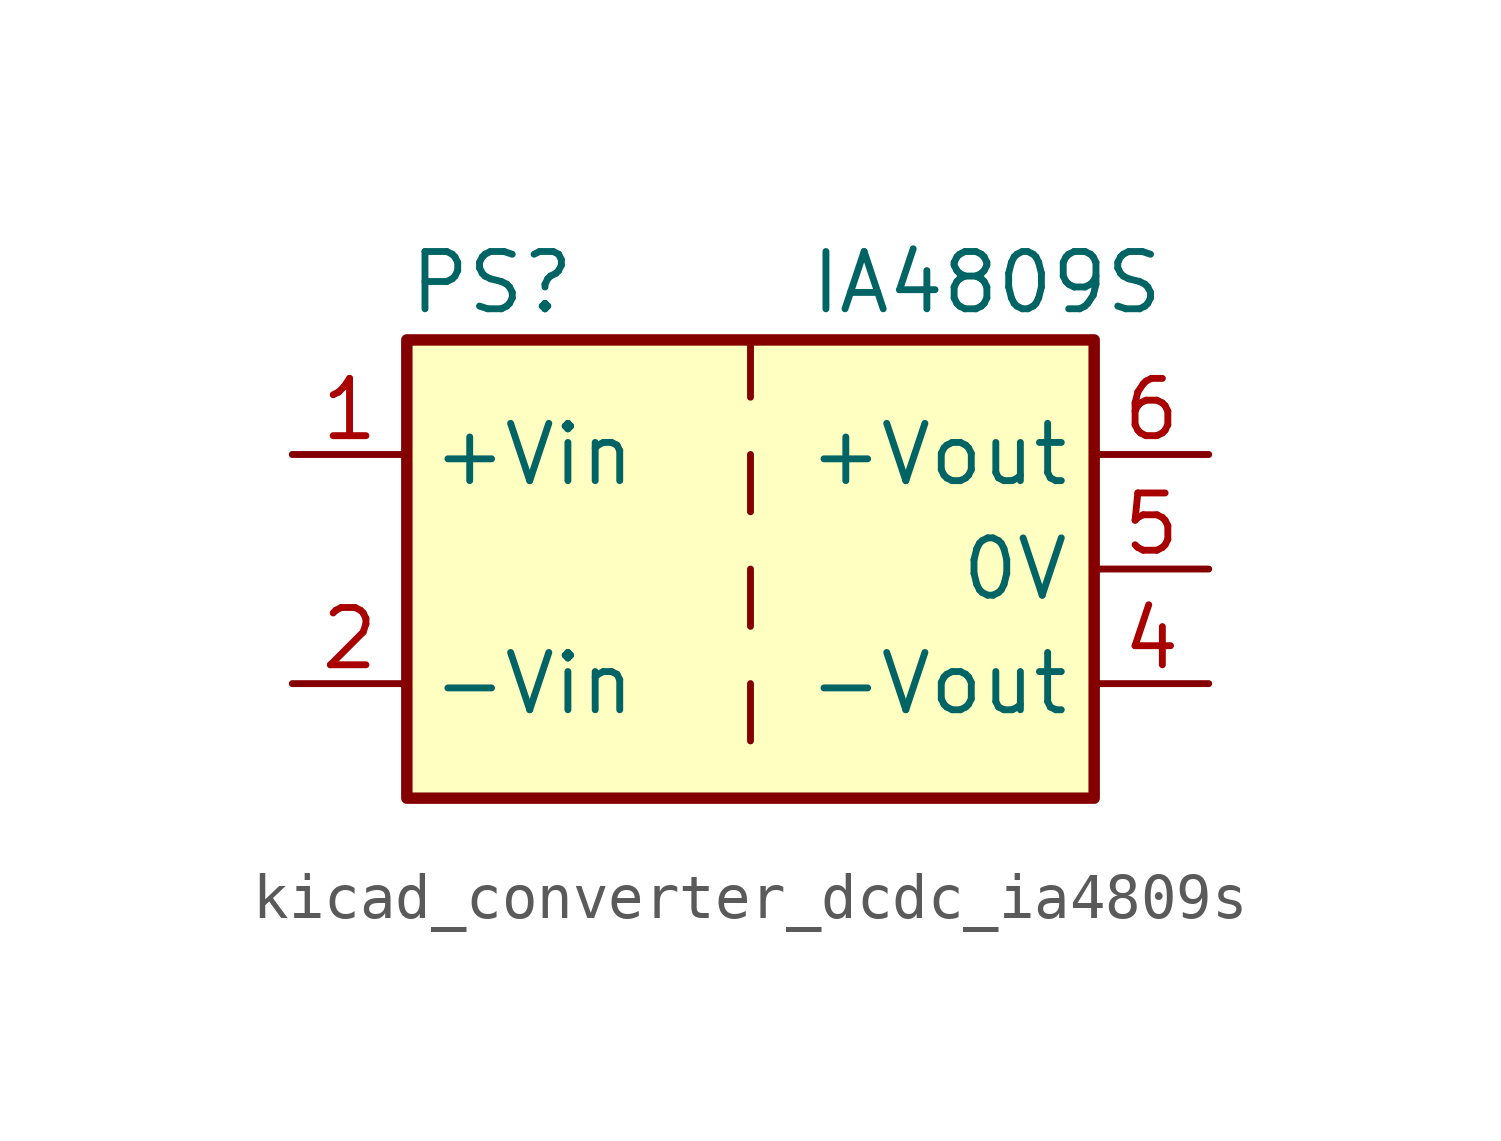
<source format=kicad_sym>
(kicad_symbol_lib
  (version 20220914)
  (generator kicad_symbol_editor)
  (symbol "kicad_converter_dcdc_ia4809s"
    (property "Reference" "PS"
      (at -7.62 6.35 0)
      (effects (font (size 1.27 1.27)) (justify left)))
    (property "Value" "IA4809S"
      (at 1.27 6.35 0)
      (effects (font (size 1.27 1.27)) (justify left)))
    (symbol "kicad_converter_dcdc_ia4809s_0_0"
      (pin power_in line (at -10.16 2.54 0) (length 2.54) (name "+Vin" (effects (font (size 1.27 1.27)))) (number "1" (effects (font (size 1.27 1.27)))))
      (pin power_in line (at -10.16 -2.54 0) (length 2.54) (name "-Vin" (effects (font (size 1.27 1.27)))) (number "2" (effects (font (size 1.27 1.27)))))
      (pin power_out line (at 10.16 -2.54 180) (length 2.54) (name "-Vout" (effects (font (size 1.27 1.27)))) (number "4" (effects (font (size 1.27 1.27)))))
      (pin power_out line (at 10.16 0 180) (length 2.54) (name "0V" (effects (font (size 1.27 1.27)))) (number "5" (effects (font (size 1.27 1.27)))))
      (pin power_out line (at 10.16 2.54 180) (length 2.54) (name "+Vout" (effects (font (size 1.27 1.27)))) (number "6" (effects (font (size 1.27 1.27))))))
    (symbol "kicad_converter_dcdc_ia4809s_0_1"
      (rectangle (start -7.62 5.08) (end 7.62 -5.08) (stroke (width 0.254) (type default)) (fill (type background)))
      (polyline (pts (xy 0 -2.54) (xy 0 -3.81)) (stroke (width 0) (type default)) (fill (type none)))
      (polyline (pts (xy 0 0) (xy 0 -1.27)) (stroke (width 0) (type default)) (fill (type none)))
      (polyline (pts (xy 0 2.54) (xy 0 1.27)) (stroke (width 0) (type default)) (fill (type none)))
      (polyline (pts (xy 0 5.08) (xy 0 3.81)) (stroke (width 0) (type default)) (fill (type none))))))
</source>
